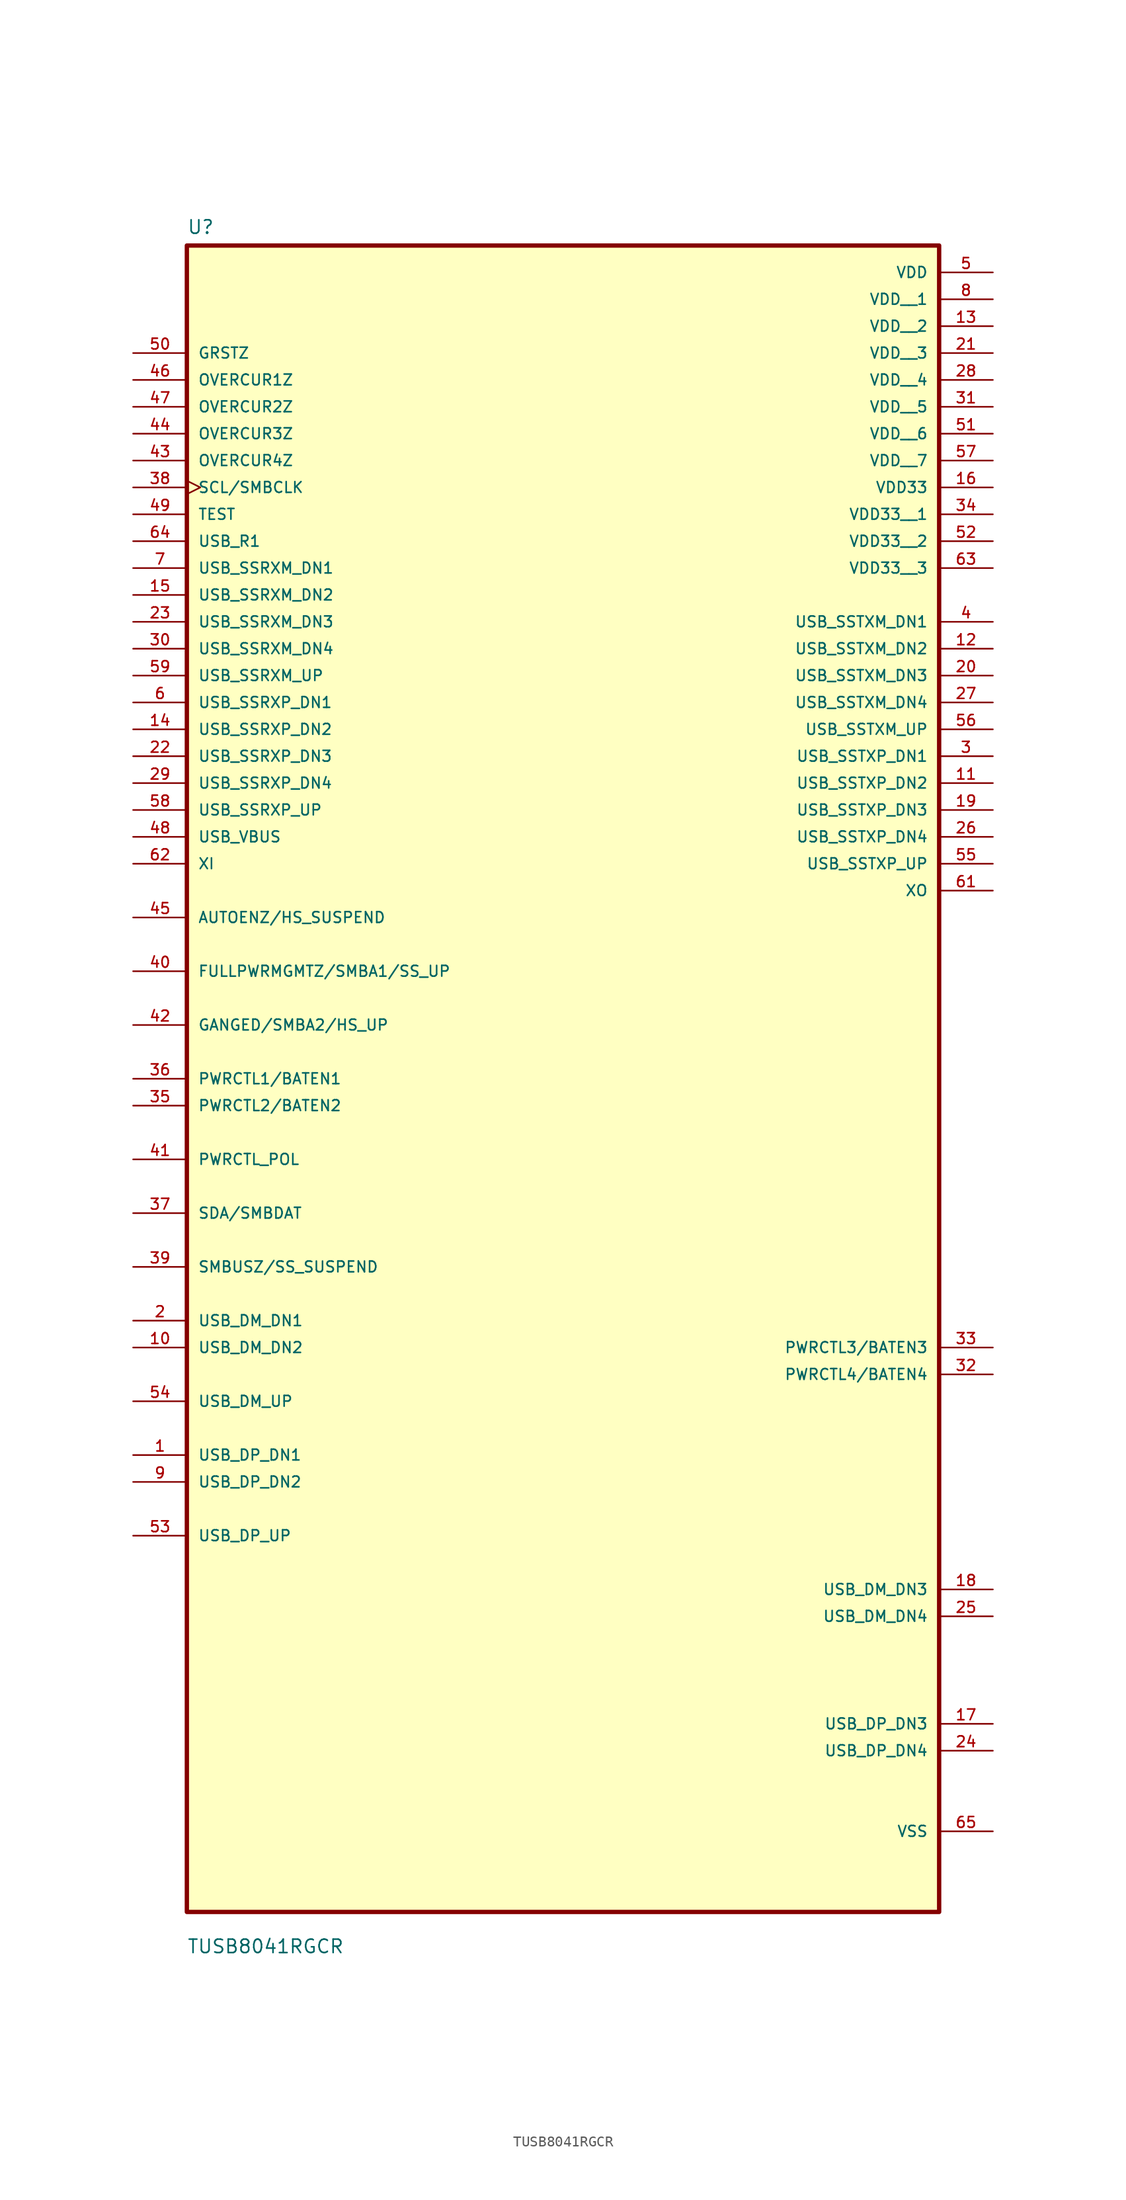
<source format=kicad_sym>
(kicad_symbol_lib
  (version 20241209)
  (generator "kicad_symbol_editor")
  (generator_version "9.0")
  (symbol "TUSB8041RGCR"
    (pin_names
      (offset 1.016))
    (property "Reference" "U"
      (at -35.56 67.04 0)
      (effects (font (size 1.27 1.27)) (justify left bottom)))
    (property "Value" "TUSB8041RGCR"
      (at -35.56 -95.44 0)
      (effects (font (size 1.27 1.27)) (justify left bottom)))
    (symbol "TUSB8041RGCR_0_0"
      (rectangle (start -35.56 -91.44) (end 35.56 66.04) (stroke (width 0.41) (type default)) (fill (type background)))
      (pin input line (at -40.64 55.88 0) (length 5.08) (name "GRSTZ" (effects (font (size 1.016 1.016)))) (number "50" (effects (font (size 1.016 1.016)))))
      (pin input line (at -40.64 53.34 0) (length 5.08) (name "OVERCUR1Z" (effects (font (size 1.016 1.016)))) (number "46" (effects (font (size 1.016 1.016)))))
      (pin input line (at -40.64 50.8 0) (length 5.08) (name "OVERCUR2Z" (effects (font (size 1.016 1.016)))) (number "47" (effects (font (size 1.016 1.016)))))
      (pin input line (at -40.64 48.26 0) (length 5.08) (name "OVERCUR3Z" (effects (font (size 1.016 1.016)))) (number "44" (effects (font (size 1.016 1.016)))))
      (pin input line (at -40.64 45.72 0) (length 5.08) (name "OVERCUR4Z" (effects (font (size 1.016 1.016)))) (number "43" (effects (font (size 1.016 1.016)))))
      (pin input clock (at -40.64 43.18 0) (length 5.08) (name "SCL/SMBCLK" (effects (font (size 1.016 1.016)))) (number "38" (effects (font (size 1.016 1.016)))))
      (pin input line (at -40.64 40.64 0) (length 5.08) (name "TEST" (effects (font (size 1.016 1.016)))) (number "49" (effects (font (size 1.016 1.016)))))
      (pin input line (at -40.64 38.1 0) (length 5.08) (name "USB_R1" (effects (font (size 1.016 1.016)))) (number "64" (effects (font (size 1.016 1.016)))))
      (pin input line (at -40.64 35.56 0) (length 5.08) (name "USB_SSRXM_DN1" (effects (font (size 1.016 1.016)))) (number "7" (effects (font (size 1.016 1.016)))))
      (pin input line (at -40.64 33.02 0) (length 5.08) (name "USB_SSRXM_DN2" (effects (font (size 1.016 1.016)))) (number "15" (effects (font (size 1.016 1.016)))))
      (pin input line (at -40.64 30.48 0) (length 5.08) (name "USB_SSRXM_DN3" (effects (font (size 1.016 1.016)))) (number "23" (effects (font (size 1.016 1.016)))))
      (pin input line (at -40.64 27.94 0) (length 5.08) (name "USB_SSRXM_DN4" (effects (font (size 1.016 1.016)))) (number "30" (effects (font (size 1.016 1.016)))))
      (pin input line (at -40.64 25.4 0) (length 5.08) (name "USB_SSRXM_UP" (effects (font (size 1.016 1.016)))) (number "59" (effects (font (size 1.016 1.016)))))
      (pin input line (at -40.64 22.86 0) (length 5.08) (name "USB_SSRXP_DN1" (effects (font (size 1.016 1.016)))) (number "6" (effects (font (size 1.016 1.016)))))
      (pin input line (at -40.64 20.32 0) (length 5.08) (name "USB_SSRXP_DN2" (effects (font (size 1.016 1.016)))) (number "14" (effects (font (size 1.016 1.016)))))
      (pin input line (at -40.64 17.78 0) (length 5.08) (name "USB_SSRXP_DN3" (effects (font (size 1.016 1.016)))) (number "22" (effects (font (size 1.016 1.016)))))
      (pin input line (at -40.64 15.24 0) (length 5.08) (name "USB_SSRXP_DN4" (effects (font (size 1.016 1.016)))) (number "29" (effects (font (size 1.016 1.016)))))
      (pin input line (at -40.64 12.7 0) (length 5.08) (name "USB_SSRXP_UP" (effects (font (size 1.016 1.016)))) (number "58" (effects (font (size 1.016 1.016)))))
      (pin input line (at -40.64 10.16 0) (length 5.08) (name "USB_VBUS" (effects (font (size 1.016 1.016)))) (number "48" (effects (font (size 1.016 1.016)))))
      (pin input line (at -40.64 7.62 0) (length 5.08) (name "XI" (effects (font (size 1.016 1.016)))) (number "62" (effects (font (size 1.016 1.016)))))
      (pin bidirectional line (at -40.64 2.54 0) (length 5.08) (name "AUTOENZ/HS_SUSPEND" (effects (font (size 1.016 1.016)))) (number "45" (effects (font (size 1.016 1.016)))))
      (pin bidirectional line (at -40.64 -2.54 0) (length 5.08) (name "FULLPWRMGMTZ/SMBA1/SS_UP" (effects (font (size 1.016 1.016)))) (number "40" (effects (font (size 1.016 1.016)))))
      (pin bidirectional line (at -40.64 -7.62 0) (length 5.08) (name "GANGED/SMBA2/HS_UP" (effects (font (size 1.016 1.016)))) (number "42" (effects (font (size 1.016 1.016)))))
      (pin bidirectional line (at -40.64 -12.7 0) (length 5.08) (name "PWRCTL1/BATEN1" (effects (font (size 1.016 1.016)))) (number "36" (effects (font (size 1.016 1.016)))))
      (pin bidirectional line (at -40.64 -15.24 0) (length 5.08) (name "PWRCTL2/BATEN2" (effects (font (size 1.016 1.016)))) (number "35" (effects (font (size 1.016 1.016)))))
      (pin bidirectional line (at -40.64 -20.32 0) (length 5.08) (name "PWRCTL_POL" (effects (font (size 1.016 1.016)))) (number "41" (effects (font (size 1.016 1.016)))))
      (pin bidirectional line (at -40.64 -25.4 0) (length 5.08) (name "SDA/SMBDAT" (effects (font (size 1.016 1.016)))) (number "37" (effects (font (size 1.016 1.016)))))
      (pin bidirectional line (at -40.64 -30.48 0) (length 5.08) (name "SMBUSZ/SS_SUSPEND" (effects (font (size 1.016 1.016)))) (number "39" (effects (font (size 1.016 1.016)))))
      (pin bidirectional line (at -40.64 -35.56 0) (length 5.08) (name "USB_DM_DN1" (effects (font (size 1.016 1.016)))) (number "2" (effects (font (size 1.016 1.016)))))
      (pin bidirectional line (at -40.64 -38.1 0) (length 5.08) (name "USB_DM_DN2" (effects (font (size 1.016 1.016)))) (number "10" (effects (font (size 1.016 1.016)))))
      (pin bidirectional line (at -40.64 -43.18 0) (length 5.08) (name "USB_DM_UP" (effects (font (size 1.016 1.016)))) (number "54" (effects (font (size 1.016 1.016)))))
      (pin bidirectional line (at -40.64 -48.26 0) (length 5.08) (name "USB_DP_DN1" (effects (font (size 1.016 1.016)))) (number "1" (effects (font (size 1.016 1.016)))))
      (pin bidirectional line (at -40.64 -50.8 0) (length 5.08) (name "USB_DP_DN2" (effects (font (size 1.016 1.016)))) (number "9" (effects (font (size 1.016 1.016)))))
      (pin bidirectional line (at -40.64 -55.88 0) (length 5.08) (name "USB_DP_UP" (effects (font (size 1.016 1.016)))) (number "53" (effects (font (size 1.016 1.016)))))
      (pin power_in line (at 40.64 63.5 180) (length 5.08) (name "VDD" (effects (font (size 1.016 1.016)))) (number "5" (effects (font (size 1.016 1.016)))))
      (pin power_in line (at 40.64 60.96 180) (length 5.08) (name "VDD__1" (effects (font (size 1.016 1.016)))) (number "8" (effects (font (size 1.016 1.016)))))
      (pin power_in line (at 40.64 58.42 180) (length 5.08) (name "VDD__2" (effects (font (size 1.016 1.016)))) (number "13" (effects (font (size 1.016 1.016)))))
      (pin power_in line (at 40.64 55.88 180) (length 5.08) (name "VDD__3" (effects (font (size 1.016 1.016)))) (number "21" (effects (font (size 1.016 1.016)))))
      (pin power_in line (at 40.64 53.34 180) (length 5.08) (name "VDD__4" (effects (font (size 1.016 1.016)))) (number "28" (effects (font (size 1.016 1.016)))))
      (pin power_in line (at 40.64 50.8 180) (length 5.08) (name "VDD__5" (effects (font (size 1.016 1.016)))) (number "31" (effects (font (size 1.016 1.016)))))
      (pin power_in line (at 40.64 48.26 180) (length 5.08) (name "VDD__6" (effects (font (size 1.016 1.016)))) (number "51" (effects (font (size 1.016 1.016)))))
      (pin power_in line (at 40.64 45.72 180) (length 5.08) (name "VDD__7" (effects (font (size 1.016 1.016)))) (number "57" (effects (font (size 1.016 1.016)))))
      (pin power_in line (at 40.64 43.18 180) (length 5.08) (name "VDD33" (effects (font (size 1.016 1.016)))) (number "16" (effects (font (size 1.016 1.016)))))
      (pin power_in line (at 40.64 40.64 180) (length 5.08) (name "VDD33__1" (effects (font (size 1.016 1.016)))) (number "34" (effects (font (size 1.016 1.016)))))
      (pin power_in line (at 40.64 38.1 180) (length 5.08) (name "VDD33__2" (effects (font (size 1.016 1.016)))) (number "52" (effects (font (size 1.016 1.016)))))
      (pin power_in line (at 40.64 35.56 180) (length 5.08) (name "VDD33__3" (effects (font (size 1.016 1.016)))) (number "63" (effects (font (size 1.016 1.016)))))
      (pin output line (at 40.64 30.48 180) (length 5.08) (name "USB_SSTXM_DN1" (effects (font (size 1.016 1.016)))) (number "4" (effects (font (size 1.016 1.016)))))
      (pin output line (at 40.64 27.94 180) (length 5.08) (name "USB_SSTXM_DN2" (effects (font (size 1.016 1.016)))) (number "12" (effects (font (size 1.016 1.016)))))
      (pin output line (at 40.64 25.4 180) (length 5.08) (name "USB_SSTXM_DN3" (effects (font (size 1.016 1.016)))) (number "20" (effects (font (size 1.016 1.016)))))
      (pin output line (at 40.64 22.86 180) (length 5.08) (name "USB_SSTXM_DN4" (effects (font (size 1.016 1.016)))) (number "27" (effects (font (size 1.016 1.016)))))
      (pin output line (at 40.64 20.32 180) (length 5.08) (name "USB_SSTXM_UP" (effects (font (size 1.016 1.016)))) (number "56" (effects (font (size 1.016 1.016)))))
      (pin output line (at 40.64 17.78 180) (length 5.08) (name "USB_SSTXP_DN1" (effects (font (size 1.016 1.016)))) (number "3" (effects (font (size 1.016 1.016)))))
      (pin output line (at 40.64 15.24 180) (length 5.08) (name "USB_SSTXP_DN2" (effects (font (size 1.016 1.016)))) (number "11" (effects (font (size 1.016 1.016)))))
      (pin output line (at 40.64 12.7 180) (length 5.08) (name "USB_SSTXP_DN3" (effects (font (size 1.016 1.016)))) (number "19" (effects (font (size 1.016 1.016)))))
      (pin output line (at 40.64 10.16 180) (length 5.08) (name "USB_SSTXP_DN4" (effects (font (size 1.016 1.016)))) (number "26" (effects (font (size 1.016 1.016)))))
      (pin output line (at 40.64 7.62 180) (length 5.08) (name "USB_SSTXP_UP" (effects (font (size 1.016 1.016)))) (number "55" (effects (font (size 1.016 1.016)))))
      (pin output line (at 40.64 5.08 180) (length 5.08) (name "XO" (effects (font (size 1.016 1.016)))) (number "61" (effects (font (size 1.016 1.016)))))
      (pin bidirectional line (at 40.64 -38.1 180) (length 5.08) (name "PWRCTL3/BATEN3" (effects (font (size 1.016 1.016)))) (number "33" (effects (font (size 1.016 1.016)))))
      (pin bidirectional line (at 40.64 -40.64 180) (length 5.08) (name "PWRCTL4/BATEN4" (effects (font (size 1.016 1.016)))) (number "32" (effects (font (size 1.016 1.016)))))
      (pin bidirectional line (at 40.64 -60.96 180) (length 5.08) (name "USB_DM_DN3" (effects (font (size 1.016 1.016)))) (number "18" (effects (font (size 1.016 1.016)))))
      (pin bidirectional line (at 40.64 -63.5 180) (length 5.08) (name "USB_DM_DN4" (effects (font (size 1.016 1.016)))) (number "25" (effects (font (size 1.016 1.016)))))
      (pin bidirectional line (at 40.64 -73.66 180) (length 5.08) (name "USB_DP_DN3" (effects (font (size 1.016 1.016)))) (number "17" (effects (font (size 1.016 1.016)))))
      (pin bidirectional line (at 40.64 -76.2 180) (length 5.08) (name "USB_DP_DN4" (effects (font (size 1.016 1.016)))) (number "24" (effects (font (size 1.016 1.016)))))
      (pin power_in line (at 40.64 -83.82 180) (length 5.08) (name "VSS" (effects (font (size 1.016 1.016)))) (number "65" (effects (font (size 1.016 1.016))))))))
</source>
